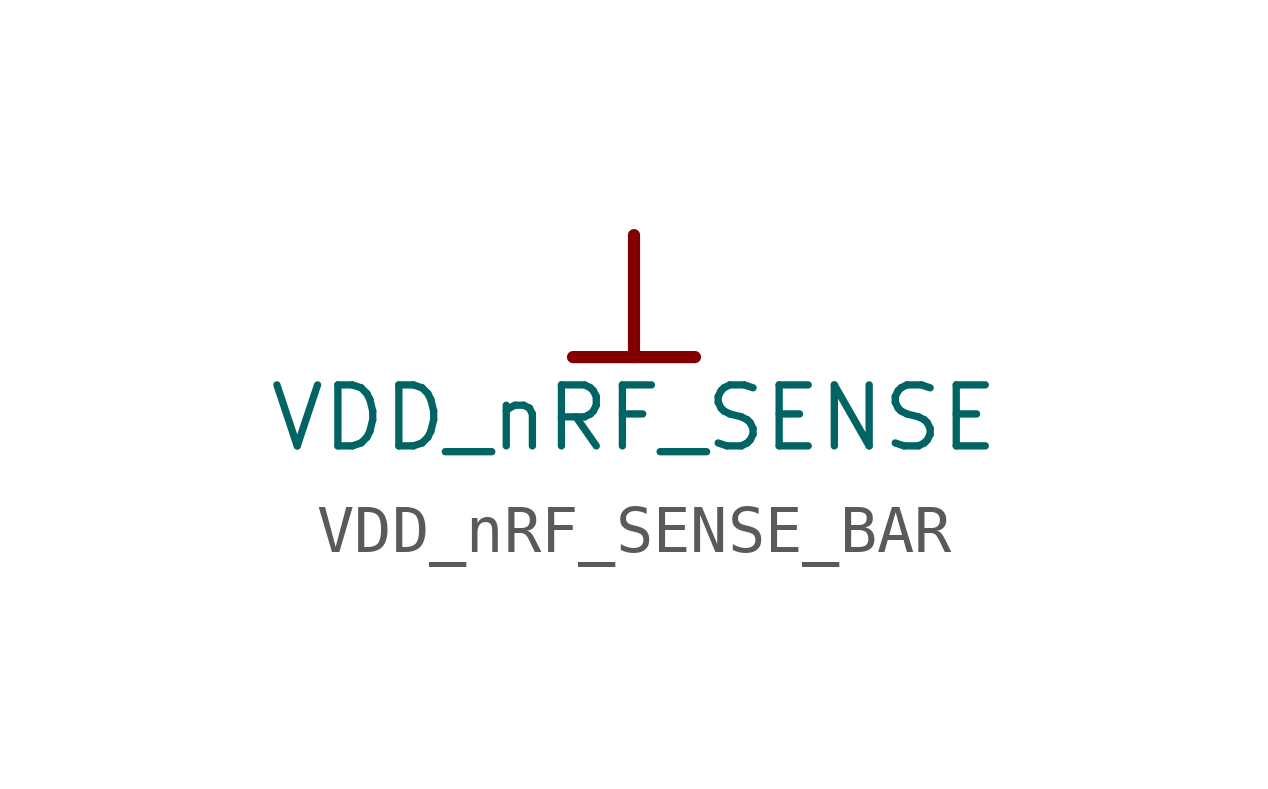
<source format=kicad_sym>
(kicad_symbol_lib
  (version 20241209)
  (generator "kicad_symbol_editor")
  (generator_version "9.0")
  (symbol "VDD_nRF_SENSE_BAR"
    (power)
    (property "Reference" "#PWR"
      (at 0 0 0)
      (effects (font (size 1.27 1.27)) (hide yes)))
    (property "Value" "VDD_nRF_SENSE"
      (at 0 -3.81 0)
      (effects (font (size 1.27 1.27))))
    (symbol "VDD_nRF_SENSE_BAR_0_0"
      (polyline (pts (xy -1.27 -2.54) (xy 1.27 -2.54)) (stroke (width 0.254) (type solid)) (fill (type none)))
      (polyline (pts (xy 0 0) (xy 0 -2.54)) (stroke (width 0.254) (type solid)) (fill (type none)))
      (pin power_in line (at 0 0 0) (length 0) (hide yes) (name "VDD_nRF_SENSE" (effects (font (size 1.27 1.27)))) (number "" (effects (font (size 1.27 1.27))))))))
</source>
